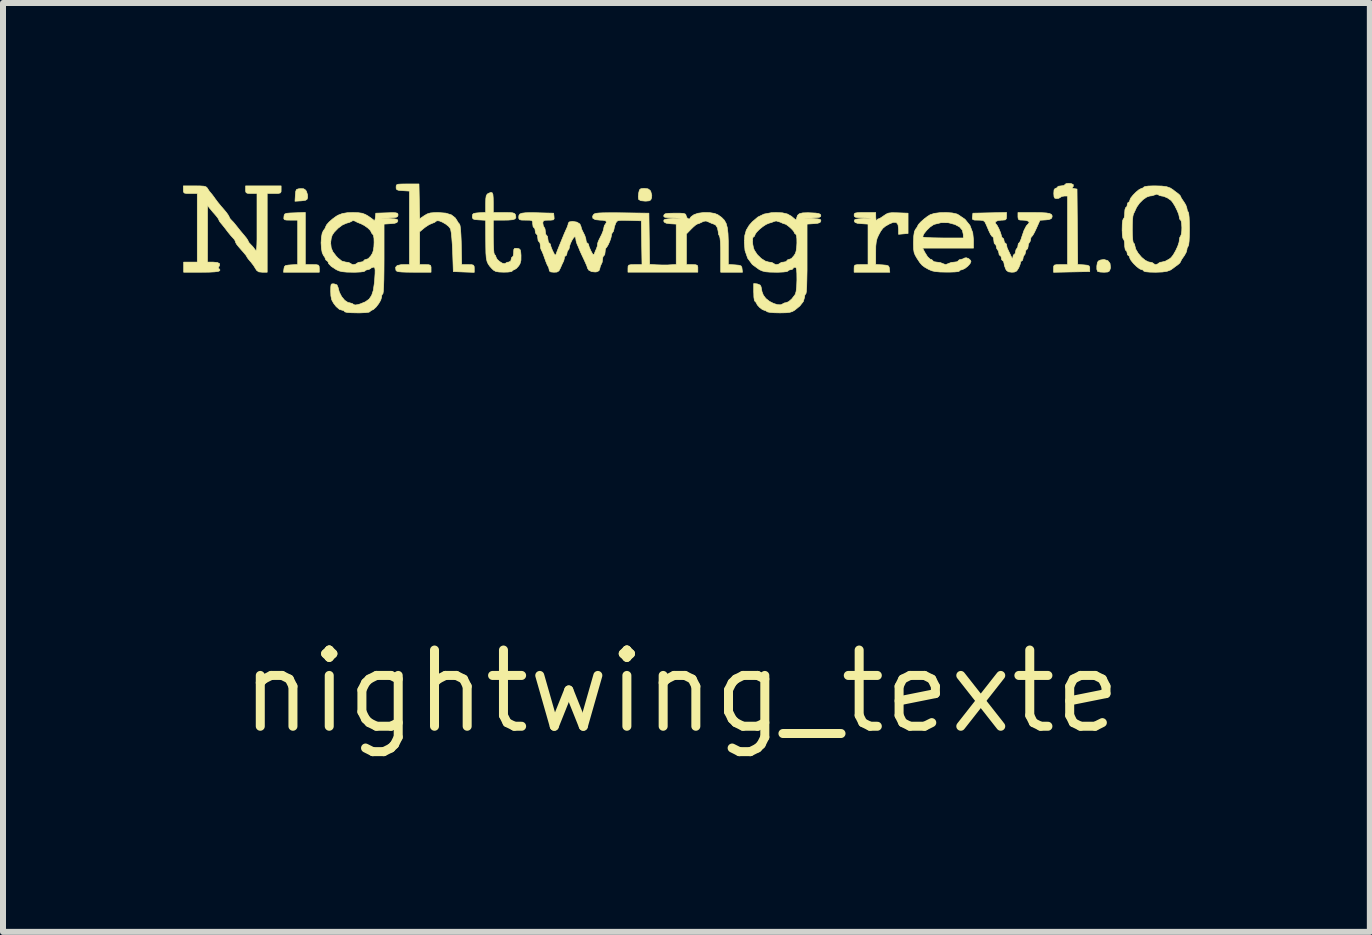
<source format=kicad_pcb>
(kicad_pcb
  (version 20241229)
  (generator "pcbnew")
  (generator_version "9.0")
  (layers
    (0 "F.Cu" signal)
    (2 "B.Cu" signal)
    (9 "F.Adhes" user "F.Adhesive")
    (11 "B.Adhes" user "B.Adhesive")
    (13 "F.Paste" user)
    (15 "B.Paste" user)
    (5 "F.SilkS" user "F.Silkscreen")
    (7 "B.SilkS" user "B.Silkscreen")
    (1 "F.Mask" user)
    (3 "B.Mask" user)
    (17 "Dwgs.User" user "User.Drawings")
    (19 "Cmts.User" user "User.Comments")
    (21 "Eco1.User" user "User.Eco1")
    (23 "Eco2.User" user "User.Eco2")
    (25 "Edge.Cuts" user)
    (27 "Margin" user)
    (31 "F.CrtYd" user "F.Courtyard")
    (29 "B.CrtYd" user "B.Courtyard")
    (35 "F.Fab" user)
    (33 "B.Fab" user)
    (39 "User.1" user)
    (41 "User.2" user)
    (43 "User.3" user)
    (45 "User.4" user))
  (footprint "nightwing_texte"
    (layer "F.Cu")
    (at 8.302 8.471)
    (property "Reference" "nightwing_texte" (at 0 0 0) (layer "F.SilkS") (effects (font (size 1.27 1.27) (thickness 0.15))))
    (attr through_hole)
    (fp_poly (pts (xy -6.293 -8.376) (xy -6.26 -8.354) (xy -6.246 -8.333) (xy -6.228 -8.275) (xy -6.226 -8.232) (xy -6.236 -8.2) (xy -6.262 -8.184) (xy -6.315 -8.176) (xy -6.335 -8.174) (xy -6.437 -8.168) (xy -6.431 -8.27) (xy -6.425 -8.331) (xy -6.413 -8.362) (xy -6.384 -8.374) (xy -6.349 -8.378) (xy -6.293 -8.376)) (stroke (width 0.01) (type solid)) (fill yes) (layer "F.SilkS"))
    (fp_poly (pts (xy 7.106 -7.179) (xy 7.143 -7.133) (xy 7.151 -7.064) (xy 7.146 -7.039) (xy 7.132 -7.005) (xy 7.104 -6.989) (xy 7.049 -6.985) (xy 7.041 -6.985) (xy 6.982 -6.988) (xy 6.942 -6.996) (xy 6.936 -6.999) (xy 6.923 -7.034) (xy 6.923 -7.089) (xy 6.932 -7.143) (xy 6.947 -7.171) (xy 6.985 -7.189) (xy 7.041 -7.197) (xy 7.043 -7.197) (xy 7.106 -7.179)) (stroke (width 0.01) (type solid)) (fill yes) (layer "F.SilkS"))
    (fp_poly (pts (xy -0.556 -8.375) (xy -0.521 -8.35) (xy -0.509 -8.331) (xy -0.492 -8.268) (xy -0.495 -8.225) (xy -0.509 -8.191) (xy -0.535 -8.175) (xy -0.588 -8.17) (xy -0.604 -8.17) (xy -0.675 -8.177) (xy -0.71 -8.197) (xy -0.712 -8.202) (xy -0.717 -8.244) (xy -0.711 -8.302) (xy -0.71 -8.308) (xy -0.698 -8.357) (xy -0.674 -8.377) (xy -0.625 -8.382) (xy -0.616 -8.382) (xy -0.556 -8.375)) (stroke (width 0.01) (type solid)) (fill yes) (layer "F.SilkS"))
    (fp_poly (pts (xy -6.265 -7.112) (xy -6.149 -7.112) (xy -6.082 -7.111) (xy -6.048 -7.104) (xy -6.035 -7.085) (xy -6.032 -7.049) (xy -6.032 -6.985) (xy -6.628 -6.985) (xy -6.621 -7.043) (xy -6.614 -7.077) (xy -6.595 -7.096) (xy -6.552 -7.104) (xy -6.503 -7.108) (xy -6.392 -7.114) (xy -6.392 -7.853) (xy -6.51 -7.853) (xy -6.577 -7.854) (xy -6.611 -7.86) (xy -6.623 -7.877) (xy -6.621 -7.91) (xy -6.621 -7.911) (xy -6.616 -7.94) (xy -6.604 -7.957) (xy -6.575 -7.967) (xy -6.521 -7.972) (xy -6.44 -7.975) (xy -6.265 -7.982) (xy -6.265 -7.112)) (stroke (width 0.01) (type solid)) (fill yes) (layer "F.SilkS"))
    (fp_poly (pts (xy 6.496 -8.462) (xy 6.528 -8.447) (xy 6.531 -8.443) (xy 6.53 -8.413) (xy 6.519 -8.403) (xy 6.51 -8.388) (xy 6.542 -8.379) (xy 6.542 -8.379) (xy 6.593 -8.371) (xy 6.605 -7.114) (xy 6.705 -7.108) (xy 6.766 -7.102) (xy 6.795 -7.089) (xy 6.805 -7.064) (xy 6.805 -7.048) (xy 6.805 -6.996) (xy 6.503 -6.99) (xy 6.202 -6.984) (xy 6.202 -7.048) (xy 6.204 -7.085) (xy 6.216 -7.104) (xy 6.25 -7.111) (xy 6.316 -7.112) (xy 6.435 -7.112) (xy 6.435 -8.255) (xy 6.383 -8.255) (xy 6.338 -8.247) (xy 6.318 -8.234) (xy 6.289 -8.217) (xy 6.256 -8.213) (xy 6.224 -8.218) (xy 6.21 -8.242) (xy 6.206 -8.297) (xy 6.206 -8.297) (xy 6.21 -8.357) (xy 6.228 -8.381) (xy 6.235 -8.382) (xy 6.262 -8.394) (xy 6.265 -8.403) (xy 6.284 -8.418) (xy 6.328 -8.424) (xy 6.329 -8.424) (xy 6.373 -8.43) (xy 6.392 -8.445) (xy 6.392 -8.445) (xy 6.41 -8.461) (xy 6.45 -8.466) (xy 6.496 -8.462)) (stroke (width 0.01) (type solid)) (fill yes) (layer "F.SilkS"))
    (fp_poly (pts (xy 3.24 -7.9) (xy 3.244 -7.857) (xy 3.25 -7.844) (xy 3.253 -7.848) (xy 3.275 -7.872) (xy 3.284 -7.874) (xy 3.313 -7.886) (xy 3.359 -7.916) (xy 3.375 -7.928) (xy 3.416 -7.955) (xy 3.455 -7.971) (xy 3.507 -7.977) (xy 3.585 -7.976) (xy 3.612 -7.975) (xy 3.778 -7.969) (xy 3.778 -7.631) (xy 3.699 -7.624) (xy 3.619 -7.617) (xy 3.619 -7.701) (xy 3.611 -7.776) (xy 3.583 -7.814) (xy 3.533 -7.817) (xy 3.469 -7.791) (xy 3.403 -7.754) (xy 3.359 -7.718) (xy 3.323 -7.67) (xy 3.286 -7.602) (xy 3.262 -7.548) (xy 3.248 -7.491) (xy 3.24 -7.418) (xy 3.239 -7.315) (xy 3.239 -7.312) (xy 3.239 -7.114) (xy 3.35 -7.108) (xy 3.415 -7.102) (xy 3.449 -7.091) (xy 3.463 -7.069) (xy 3.467 -7.043) (xy 3.474 -6.985) (xy 2.879 -6.985) (xy 2.879 -7.048) (xy 2.881 -7.085) (xy 2.893 -7.104) (xy 2.928 -7.111) (xy 2.993 -7.112) (xy 3.111 -7.112) (xy 3.111 -7.787) (xy 3.001 -7.794) (xy 2.931 -7.801) (xy 2.894 -7.816) (xy 2.883 -7.836) (xy 2.885 -7.856) (xy 2.907 -7.868) (xy 2.956 -7.875) (xy 3.02 -7.879) (xy 3.164 -7.887) (xy 3.022 -7.891) (xy 2.945 -7.895) (xy 2.902 -7.902) (xy 2.883 -7.915) (xy 2.879 -7.938) (xy 2.882 -7.958) (xy 2.898 -7.971) (xy 2.934 -7.977) (xy 2.998 -7.98) (xy 3.059 -7.98) (xy 3.239 -7.98) (xy 3.24 -7.9)) (stroke (width 0.01) (type solid)) (fill yes) (layer "F.SilkS"))
    (fp_poly (pts (xy -4.359 -7.876) (xy -4.283 -7.928) (xy -4.233 -7.957) (xy -4.18 -7.973) (xy -4.109 -7.979) (xy -4.052 -7.98) (xy -3.924 -7.97) (xy -3.831 -7.941) (xy -3.766 -7.89) (xy -3.742 -7.853) (xy -3.715 -7.808) (xy -3.694 -7.785) (xy -3.686 -7.759) (xy -3.678 -7.698) (xy -3.672 -7.608) (xy -3.667 -7.496) (xy -3.666 -7.441) (xy -3.659 -7.112) (xy -3.555 -7.112) (xy -3.492 -7.111) (xy -3.462 -7.102) (xy -3.451 -7.079) (xy -3.45 -7.048) (xy -3.45 -6.983) (xy -3.625 -6.989) (xy -3.799 -6.996) (xy -3.81 -7.324) (xy -3.816 -7.445) (xy -3.824 -7.554) (xy -3.833 -7.641) (xy -3.843 -7.697) (xy -3.847 -7.71) (xy -3.876 -7.748) (xy -3.925 -7.787) (xy -3.982 -7.82) (xy -4.035 -7.841) (xy -4.073 -7.843) (xy -4.082 -7.837) (xy -4.112 -7.815) (xy -4.151 -7.8) (xy -4.202 -7.778) (xy -4.262 -7.739) (xy -4.283 -7.723) (xy -4.36 -7.659) (xy -4.36 -7.112) (xy -4.265 -7.112) (xy -4.207 -7.11) (xy -4.179 -7.1) (xy -4.17 -7.072) (xy -4.17 -7.048) (xy -4.17 -6.985) (xy -4.456 -6.985) (xy -4.575 -6.986) (xy -4.658 -6.989) (xy -4.711 -6.994) (xy -4.741 -7.003) (xy -4.754 -7.016) (xy -4.755 -7.017) (xy -4.761 -7.067) (xy -4.734 -7.097) (xy -4.67 -7.111) (xy -4.636 -7.112) (xy -4.53 -7.112) (xy -4.53 -8.337) (xy -4.641 -8.344) (xy -4.706 -8.349) (xy -4.739 -8.36) (xy -4.751 -8.381) (xy -4.752 -8.403) (xy -4.75 -8.428) (xy -4.74 -8.444) (xy -4.714 -8.452) (xy -4.662 -8.455) (xy -4.578 -8.456) (xy -4.561 -8.456) (xy -4.371 -8.456) (xy -4.359 -7.876)) (stroke (width 0.01) (type solid)) (fill yes) (layer "F.SilkS"))
    (fp_poly (pts (xy -3.153 -8.311) (xy -3.139 -8.282) (xy -3.134 -8.221) (xy -3.133 -8.149) (xy -3.133 -7.98) (xy -2.954 -7.98) (xy -2.866 -7.979) (xy -2.811 -7.975) (xy -2.781 -7.965) (xy -2.766 -7.948) (xy -2.762 -7.938) (xy -2.756 -7.899) (xy -2.77 -7.874) (xy -2.81 -7.86) (xy -2.882 -7.854) (xy -2.954 -7.853) (xy -3.133 -7.853) (xy -3.133 -7.567) (xy -3.131 -7.459) (xy -3.127 -7.37) (xy -3.122 -7.309) (xy -3.114 -7.282) (xy -3.113 -7.281) (xy -3.095 -7.263) (xy -3.087 -7.235) (xy -3.068 -7.2) (xy -3.03 -7.165) (xy -2.985 -7.137) (xy -2.947 -7.127) (xy -2.931 -7.134) (xy -2.902 -7.151) (xy -2.877 -7.154) (xy -2.843 -7.17) (xy -2.836 -7.197) (xy -2.827 -7.231) (xy -2.815 -7.239) (xy -2.801 -7.258) (xy -2.794 -7.304) (xy -2.794 -7.314) (xy -2.791 -7.364) (xy -2.775 -7.384) (xy -2.738 -7.383) (xy -2.736 -7.383) (xy -2.702 -7.376) (xy -2.683 -7.357) (xy -2.675 -7.314) (xy -2.671 -7.265) (xy -2.672 -7.184) (xy -2.688 -7.126) (xy -2.71 -7.09) (xy -2.747 -7.049) (xy -2.781 -7.028) (xy -2.785 -7.027) (xy -2.812 -7.015) (xy -2.815 -7.006) (xy -2.835 -6.995) (xy -2.887 -6.988) (xy -2.958 -6.986) (xy -3.038 -6.989) (xy -3.09 -6.998) (xy -3.126 -7.017) (xy -3.154 -7.043) (xy -3.192 -7.085) (xy -3.219 -7.124) (xy -3.238 -7.168) (xy -3.25 -7.226) (xy -3.256 -7.304) (xy -3.258 -7.411) (xy -3.259 -7.518) (xy -3.26 -7.851) (xy -3.371 -7.857) (xy -3.436 -7.862) (xy -3.469 -7.873) (xy -3.481 -7.894) (xy -3.482 -7.916) (xy -3.478 -7.947) (xy -3.46 -7.964) (xy -3.417 -7.972) (xy -3.371 -7.976) (xy -3.26 -7.982) (xy -3.26 -8.128) (xy -3.258 -8.209) (xy -3.251 -8.257) (xy -3.235 -8.285) (xy -3.219 -8.297) (xy -3.178 -8.314) (xy -3.153 -8.311)) (stroke (width 0.01) (type solid)) (fill yes) (layer "F.SilkS"))
    (fp_poly (pts (xy 4.513 -7.973) (xy 4.59 -7.956) (xy 4.606 -7.949) (xy 4.726 -7.868) (xy 4.809 -7.766) (xy 4.856 -7.642) (xy 4.868 -7.524) (xy 4.868 -7.387) (xy 4.021 -7.387) (xy 4.056 -7.319) (xy 4.104 -7.242) (xy 4.148 -7.202) (xy 4.168 -7.197) (xy 4.19 -7.181) (xy 4.191 -7.176) (xy 4.209 -7.161) (xy 4.254 -7.154) (xy 4.255 -7.154) (xy 4.316 -7.146) (xy 4.361 -7.128) (xy 4.404 -7.112) (xy 4.445 -7.128) (xy 4.497 -7.148) (xy 4.551 -7.154) (xy 4.595 -7.16) (xy 4.614 -7.175) (xy 4.614 -7.176) (xy 4.632 -7.193) (xy 4.652 -7.197) (xy 4.698 -7.209) (xy 4.713 -7.22) (xy 4.746 -7.227) (xy 4.788 -7.212) (xy 4.819 -7.183) (xy 4.826 -7.163) (xy 4.81 -7.127) (xy 4.771 -7.084) (xy 4.723 -7.047) (xy 4.681 -7.028) (xy 4.675 -7.027) (xy 4.642 -7.018) (xy 4.636 -7.006) (xy 4.615 -6.996) (xy 4.558 -6.99) (xy 4.47 -6.987) (xy 4.419 -6.987) (xy 4.311 -6.989) (xy 4.235 -6.996) (xy 4.178 -7.008) (xy 4.13 -7.028) (xy 4.117 -7.034) (xy 4.054 -7.07) (xy 4.012 -7.102) (xy 3.976 -7.143) (xy 3.934 -7.206) (xy 3.926 -7.218) (xy 3.896 -7.27) (xy 3.878 -7.317) (xy 3.87 -7.374) (xy 3.868 -7.453) (xy 3.868 -7.49) (xy 3.872 -7.575) (xy 4.022 -7.575) (xy 4.042 -7.568) (xy 4.097 -7.563) (xy 4.18 -7.559) (xy 4.285 -7.557) (xy 4.36 -7.556) (xy 4.699 -7.556) (xy 4.698 -7.615) (xy 4.683 -7.685) (xy 4.636 -7.74) (xy 4.559 -7.781) (xy 4.446 -7.81) (xy 4.326 -7.811) (xy 4.216 -7.783) (xy 4.197 -7.774) (xy 4.142 -7.736) (xy 4.088 -7.683) (xy 4.044 -7.628) (xy 4.022 -7.582) (xy 4.022 -7.575) (xy 3.872 -7.575) (xy 3.873 -7.592) (xy 3.883 -7.66) (xy 3.901 -7.699) (xy 3.904 -7.703) (xy 3.93 -7.738) (xy 3.937 -7.755) (xy 3.953 -7.783) (xy 3.992 -7.825) (xy 4.046 -7.873) (xy 4.102 -7.916) (xy 4.147 -7.944) (xy 4.217 -7.966) (xy 4.312 -7.978) (xy 4.415 -7.98) (xy 4.513 -7.973)) (stroke (width 0.01) (type solid)) (fill yes) (layer "F.SilkS"))
    (fp_poly (pts (xy -8.015 -8.423) (xy -7.956 -8.419) (xy -7.921 -8.409) (xy -7.902 -8.393) (xy -7.896 -8.384) (xy -7.865 -8.336) (xy -7.847 -8.315) (xy -7.818 -8.28) (xy -7.779 -8.228) (xy -7.769 -8.213) (xy -7.726 -8.155) (xy -7.669 -8.085) (xy -7.626 -8.036) (xy -7.579 -7.98) (xy -7.547 -7.934) (xy -7.535 -7.911) (xy -7.521 -7.881) (xy -7.498 -7.855) (xy -7.461 -7.817) (xy -7.417 -7.763) (xy -7.404 -7.747) (xy -7.352 -7.681) (xy -7.294 -7.612) (xy -7.283 -7.599) (xy -7.244 -7.551) (xy -7.221 -7.515) (xy -7.218 -7.506) (xy -7.204 -7.479) (xy -7.18 -7.453) (xy -7.138 -7.409) (xy -7.106 -7.367) (xy -7.094 -7.352) (xy -7.085 -7.348) (xy -7.079 -7.36) (xy -7.075 -7.393) (xy -7.072 -7.449) (xy -7.07 -7.535) (xy -7.07 -7.654) (xy -7.07 -7.806) (xy -7.07 -8.297) (xy -7.165 -8.297) (xy -7.223 -8.299) (xy -7.251 -8.31) (xy -7.26 -8.337) (xy -7.26 -8.361) (xy -7.26 -8.424) (xy -6.668 -8.424) (xy -6.668 -8.361) (xy -6.669 -8.325) (xy -6.682 -8.306) (xy -6.716 -8.298) (xy -6.782 -8.297) (xy -6.9 -8.297) (xy -6.9 -6.985) (xy -6.981 -6.985) (xy -7.04 -6.991) (xy -7.075 -7.015) (xy -7.093 -7.043) (xy -7.128 -7.099) (xy -7.174 -7.158) (xy -7.181 -7.165) (xy -7.217 -7.208) (xy -7.237 -7.238) (xy -7.239 -7.242) (xy -7.252 -7.265) (xy -7.285 -7.305) (xy -7.297 -7.319) (xy -7.364 -7.395) (xy -7.406 -7.446) (xy -7.426 -7.48) (xy -7.429 -7.496) (xy -7.444 -7.527) (xy -7.468 -7.554) (xy -7.503 -7.592) (xy -7.548 -7.647) (xy -7.568 -7.673) (xy -7.613 -7.732) (xy -7.655 -7.784) (xy -7.668 -7.799) (xy -7.696 -7.835) (xy -7.705 -7.856) (xy -7.718 -7.882) (xy -7.749 -7.923) (xy -7.757 -7.932) (xy -7.806 -7.988) (xy -7.851 -8.043) (xy -7.852 -8.043) (xy -7.894 -8.096) (xy -7.894 -7.625) (xy -7.895 -7.154) (xy -7.801 -7.154) (xy -7.728 -7.147) (xy -7.692 -7.127) (xy -7.695 -7.093) (xy -7.704 -7.081) (xy -7.716 -7.055) (xy -7.702 -7.044) (xy -7.687 -7.023) (xy -7.692 -7.01) (xy -7.716 -6.999) (xy -7.776 -6.991) (xy -7.872 -6.986) (xy -7.999 -6.985) (xy -8.292 -6.985) (xy -8.292 -7.154) (xy -8.065 -7.154) (xy -8.065 -8.297) (xy -8.181 -8.297) (xy -8.247 -8.298) (xy -8.282 -8.305) (xy -8.295 -8.324) (xy -8.297 -8.36) (xy -8.297 -8.424) (xy -8.108 -8.424) (xy -8.015 -8.423)) (stroke (width 0.01) (type solid)) (fill yes) (layer "F.SilkS"))
    (fp_poly (pts (xy 5.419 -7.917) (xy 5.415 -7.876) (xy 5.397 -7.857) (xy 5.352 -7.853) (xy 5.335 -7.853) (xy 5.275 -7.846) (xy 5.238 -7.828) (xy 5.23 -7.805) (xy 5.241 -7.792) (xy 5.264 -7.762) (xy 5.292 -7.709) (xy 5.317 -7.649) (xy 5.332 -7.6) (xy 5.334 -7.588) (xy 5.346 -7.56) (xy 5.355 -7.556) (xy 5.372 -7.539) (xy 5.376 -7.514) (xy 5.385 -7.48) (xy 5.397 -7.472) (xy 5.416 -7.455) (xy 5.419 -7.44) (xy 5.428 -7.394) (xy 5.438 -7.371) (xy 5.459 -7.327) (xy 5.487 -7.268) (xy 5.49 -7.26) (xy 5.512 -7.217) (xy 5.522 -7.211) (xy 5.524 -7.234) (xy 5.532 -7.271) (xy 5.546 -7.281) (xy 5.563 -7.299) (xy 5.567 -7.322) (xy 5.577 -7.363) (xy 5.588 -7.377) (xy 5.606 -7.406) (xy 5.609 -7.431) (xy 5.616 -7.464) (xy 5.626 -7.472) (xy 5.641 -7.49) (xy 5.661 -7.537) (xy 5.672 -7.572) (xy 5.71 -7.683) (xy 5.749 -7.758) (xy 5.78 -7.79) (xy 5.797 -7.814) (xy 5.78 -7.836) (xy 5.734 -7.85) (xy 5.693 -7.853) (xy 5.639 -7.855) (xy 5.615 -7.869) (xy 5.609 -7.904) (xy 5.609 -7.916) (xy 5.609 -7.98) (xy 5.868 -7.98) (xy 5.993 -7.978) (xy 6.081 -7.973) (xy 6.138 -7.963) (xy 6.168 -7.947) (xy 6.179 -7.924) (xy 6.177 -7.903) (xy 6.162 -7.877) (xy 6.122 -7.862) (xy 6.073 -7.857) (xy 5.976 -7.851) (xy 5.915 -7.714) (xy 5.883 -7.647) (xy 5.855 -7.598) (xy 5.838 -7.578) (xy 5.837 -7.578) (xy 5.824 -7.56) (xy 5.821 -7.537) (xy 5.811 -7.496) (xy 5.8 -7.482) (xy 5.783 -7.453) (xy 5.779 -7.418) (xy 5.771 -7.378) (xy 5.757 -7.366) (xy 5.74 -7.348) (xy 5.736 -7.325) (xy 5.726 -7.284) (xy 5.715 -7.271) (xy 5.697 -7.241) (xy 5.694 -7.217) (xy 5.685 -7.183) (xy 5.673 -7.176) (xy 5.653 -7.159) (xy 5.652 -7.147) (xy 5.643 -7.11) (xy 5.621 -7.057) (xy 5.618 -7.052) (xy 5.588 -7.006) (xy 5.549 -6.988) (xy 5.507 -6.985) (xy 5.45 -6.992) (xy 5.417 -7.017) (xy 5.403 -7.042) (xy 5.383 -7.097) (xy 5.376 -7.137) (xy 5.367 -7.169) (xy 5.355 -7.176) (xy 5.338 -7.193) (xy 5.334 -7.218) (xy 5.325 -7.252) (xy 5.313 -7.26) (xy 5.295 -7.278) (xy 5.292 -7.301) (xy 5.282 -7.342) (xy 5.271 -7.355) (xy 5.253 -7.385) (xy 5.249 -7.41) (xy 5.24 -7.443) (xy 5.228 -7.451) (xy 5.213 -7.469) (xy 5.207 -7.513) (xy 5.207 -7.514) (xy 5.201 -7.559) (xy 5.187 -7.578) (xy 5.187 -7.578) (xy 5.172 -7.587) (xy 5.152 -7.617) (xy 5.124 -7.675) (xy 5.085 -7.766) (xy 5.077 -7.784) (xy 5.056 -7.826) (xy 5.029 -7.846) (xy 4.982 -7.852) (xy 4.946 -7.853) (xy 4.885 -7.854) (xy 4.856 -7.863) (xy 4.849 -7.885) (xy 4.851 -7.911) (xy 4.858 -7.969) (xy 5.138 -7.975) (xy 5.419 -7.981) (xy 5.419 -7.917)) (stroke (width 0.01) (type solid)) (fill yes) (layer "F.SilkS"))
    (fp_poly (pts (xy 8.007 -8.421) (xy 8.087 -8.41) (xy 8.147 -8.389) (xy 8.199 -8.355) (xy 8.204 -8.35) (xy 8.24 -8.322) (xy 8.274 -8.298) (xy 8.307 -8.268) (xy 8.319 -8.249) (xy 8.33 -8.222) (xy 8.36 -8.177) (xy 8.371 -8.162) (xy 8.405 -8.107) (xy 8.423 -8.057) (xy 8.424 -8.048) (xy 8.433 -8.006) (xy 8.445 -7.99) (xy 8.454 -7.965) (xy 8.461 -7.903) (xy 8.465 -7.814) (xy 8.467 -7.705) (xy 8.465 -7.593) (xy 8.461 -7.504) (xy 8.454 -7.444) (xy 8.445 -7.419) (xy 8.428 -7.389) (xy 8.424 -7.361) (xy 8.412 -7.317) (xy 8.381 -7.261) (xy 8.371 -7.248) (xy 8.338 -7.2) (xy 8.32 -7.166) (xy 8.319 -7.16) (xy 8.303 -7.136) (xy 8.274 -7.111) (xy 8.229 -7.079) (xy 8.204 -7.059) (xy 8.153 -7.023) (xy 8.094 -7.001) (xy 8.016 -6.989) (xy 7.909 -6.985) (xy 7.895 -6.985) (xy 7.804 -6.987) (xy 7.739 -6.993) (xy 7.707 -7.003) (xy 7.705 -7.006) (xy 7.687 -7.025) (xy 7.67 -7.027) (xy 7.634 -7.043) (xy 7.585 -7.081) (xy 7.534 -7.131) (xy 7.493 -7.182) (xy 7.472 -7.221) (xy 7.472 -7.226) (xy 7.461 -7.256) (xy 7.451 -7.26) (xy 7.433 -7.278) (xy 7.429 -7.303) (xy 7.421 -7.337) (xy 7.408 -7.345) (xy 7.396 -7.364) (xy 7.388 -7.412) (xy 7.387 -7.44) (xy 7.383 -7.497) (xy 7.372 -7.531) (xy 7.366 -7.535) (xy 7.356 -7.555) (xy 7.348 -7.609) (xy 7.345 -7.685) (xy 7.514 -7.685) (xy 7.516 -7.602) (xy 7.521 -7.531) (xy 7.528 -7.485) (xy 7.535 -7.472) (xy 7.552 -7.454) (xy 7.556 -7.429) (xy 7.572 -7.369) (xy 7.613 -7.3) (xy 7.669 -7.234) (xy 7.731 -7.183) (xy 7.788 -7.156) (xy 7.803 -7.154) (xy 7.846 -7.146) (xy 7.863 -7.133) (xy 7.894 -7.113) (xy 7.906 -7.112) (xy 7.941 -7.125) (xy 7.948 -7.133) (xy 7.978 -7.151) (xy 8.003 -7.154) (xy 8.062 -7.168) (xy 8.129 -7.204) (xy 8.161 -7.229) (xy 8.197 -7.275) (xy 8.236 -7.343) (xy 8.271 -7.418) (xy 8.293 -7.485) (xy 8.297 -7.514) (xy 8.304 -7.562) (xy 8.319 -7.588) (xy 8.33 -7.615) (xy 8.338 -7.671) (xy 8.34 -7.727) (xy 8.336 -7.794) (xy 8.328 -7.84) (xy 8.319 -7.853) (xy 8.303 -7.871) (xy 8.297 -7.905) (xy 8.287 -7.952) (xy 8.259 -8.019) (xy 8.223 -8.091) (xy 8.185 -8.151) (xy 8.161 -8.181) (xy 8.099 -8.224) (xy 8.033 -8.251) (xy 8.003 -8.255) (xy 7.962 -8.265) (xy 7.948 -8.276) (xy 7.92 -8.286) (xy 7.895 -8.276) (xy 7.841 -8.259) (xy 7.805 -8.255) (xy 7.755 -8.238) (xy 7.694 -8.196) (xy 7.635 -8.137) (xy 7.589 -8.072) (xy 7.58 -8.054) (xy 7.554 -7.997) (xy 7.533 -7.954) (xy 7.524 -7.917) (xy 7.518 -7.853) (xy 7.515 -7.773) (xy 7.514 -7.685) (xy 7.345 -7.685) (xy 7.345 -7.69) (xy 7.345 -7.705) (xy 7.347 -7.789) (xy 7.354 -7.847) (xy 7.364 -7.873) (xy 7.366 -7.874) (xy 7.379 -7.893) (xy 7.386 -7.941) (xy 7.387 -7.969) (xy 7.391 -8.026) (xy 7.402 -8.06) (xy 7.408 -8.065) (xy 7.426 -8.082) (xy 7.429 -8.107) (xy 7.438 -8.141) (xy 7.451 -8.149) (xy 7.469 -8.166) (xy 7.472 -8.183) (xy 7.487 -8.22) (xy 7.526 -8.269) (xy 7.576 -8.32) (xy 7.626 -8.361) (xy 7.665 -8.381) (xy 7.67 -8.382) (xy 7.7 -8.393) (xy 7.705 -8.403) (xy 7.725 -8.413) (xy 7.78 -8.421) (xy 7.864 -8.424) (xy 7.895 -8.424) (xy 8.007 -8.421)) (stroke (width 0.01) (type solid)) (fill yes) (layer "F.SilkS"))
    (fp_poly (pts (xy 1.685 -7.975) (xy 1.766 -7.956) (xy 1.833 -7.919) (xy 1.884 -7.876) (xy 1.909 -7.857) (xy 1.92 -7.876) (xy 1.922 -7.89) (xy 1.936 -7.933) (xy 1.967 -7.96) (xy 2.022 -7.974) (xy 2.11 -7.977) (xy 2.151 -7.975) (xy 2.237 -7.971) (xy 2.289 -7.963) (xy 2.316 -7.95) (xy 2.324 -7.933) (xy 2.322 -7.914) (xy 2.3 -7.901) (xy 2.251 -7.894) (xy 2.187 -7.89) (xy 2.043 -7.882) (xy 2.187 -7.878) (xy 2.264 -7.875) (xy 2.307 -7.868) (xy 2.324 -7.855) (xy 2.324 -7.837) (xy 2.31 -7.813) (xy 2.27 -7.8) (xy 2.206 -7.794) (xy 2.095 -7.787) (xy 2.095 -7.206) (xy 2.095 -7.017) (xy 2.092 -6.863) (xy 2.089 -6.746) (xy 2.084 -6.668) (xy 2.077 -6.629) (xy 2.074 -6.625) (xy 2.059 -6.607) (xy 2.053 -6.567) (xy 2.033 -6.497) (xy 1.975 -6.423) (xy 1.891 -6.354) (xy 1.852 -6.331) (xy 1.807 -6.317) (xy 1.746 -6.31) (xy 1.656 -6.308) (xy 1.633 -6.308) (xy 1.547 -6.31) (xy 1.478 -6.316) (xy 1.436 -6.324) (xy 1.429 -6.329) (xy 1.398 -6.348) (xy 1.384 -6.35) (xy 1.348 -6.365) (xy 1.304 -6.399) (xy 1.266 -6.441) (xy 1.249 -6.475) (xy 1.249 -6.476) (xy 1.233 -6.497) (xy 1.228 -6.498) (xy 1.217 -6.518) (xy 1.209 -6.57) (xy 1.207 -6.647) (xy 1.206 -6.648) (xy 1.206 -6.797) (xy 1.265 -6.791) (xy 1.314 -6.771) (xy 1.329 -6.742) (xy 1.345 -6.659) (xy 1.367 -6.603) (xy 1.403 -6.555) (xy 1.413 -6.544) (xy 1.47 -6.499) (xy 1.538 -6.465) (xy 1.605 -6.444) (xy 1.657 -6.443) (xy 1.677 -6.452) (xy 1.719 -6.474) (xy 1.741 -6.477) (xy 1.787 -6.494) (xy 1.84 -6.54) (xy 1.89 -6.604) (xy 1.9 -6.621) (xy 1.913 -6.667) (xy 1.922 -6.747) (xy 1.926 -6.853) (xy 1.926 -6.868) (xy 1.925 -6.964) (xy 1.921 -7.025) (xy 1.913 -7.058) (xy 1.899 -7.069) (xy 1.894 -7.07) (xy 1.866 -7.058) (xy 1.863 -7.048) (xy 1.845 -7.031) (xy 1.82 -7.027) (xy 1.786 -7.018) (xy 1.778 -7.006) (xy 1.758 -6.996) (xy 1.702 -6.989) (xy 1.617 -6.985) (xy 1.578 -6.985) (xy 1.474 -6.987) (xy 1.402 -6.993) (xy 1.347 -7.007) (xy 1.299 -7.029) (xy 1.298 -7.03) (xy 1.184 -7.113) (xy 1.106 -7.218) (xy 1.061 -7.347) (xy 1.05 -7.482) (xy 1.052 -7.513) (xy 1.186 -7.513) (xy 1.19 -7.453) (xy 1.202 -7.391) (xy 1.217 -7.352) (xy 1.266 -7.278) (xy 1.331 -7.214) (xy 1.401 -7.17) (xy 1.459 -7.154) (xy 1.508 -7.148) (xy 1.535 -7.133) (xy 1.565 -7.115) (xy 1.587 -7.112) (xy 1.627 -7.122) (xy 1.64 -7.133) (xy 1.67 -7.15) (xy 1.705 -7.154) (xy 1.744 -7.162) (xy 1.757 -7.176) (xy 1.774 -7.194) (xy 1.79 -7.197) (xy 1.834 -7.213) (xy 1.879 -7.264) (xy 1.9 -7.298) (xy 1.913 -7.339) (xy 1.922 -7.402) (xy 1.926 -7.473) (xy 1.925 -7.542) (xy 1.919 -7.594) (xy 1.908 -7.619) (xy 1.905 -7.62) (xy 1.885 -7.636) (xy 1.884 -7.644) (xy 1.869 -7.672) (xy 1.832 -7.712) (xy 1.786 -7.752) (xy 1.745 -7.782) (xy 1.725 -7.789) (xy 1.693 -7.799) (xy 1.645 -7.821) (xy 1.644 -7.821) (xy 1.58 -7.84) (xy 1.549 -7.832) (xy 1.5 -7.813) (xy 1.46 -7.802) (xy 1.413 -7.782) (xy 1.355 -7.744) (xy 1.298 -7.697) (xy 1.252 -7.65) (xy 1.229 -7.614) (xy 1.228 -7.608) (xy 1.216 -7.581) (xy 1.206 -7.578) (xy 1.191 -7.559) (xy 1.186 -7.513) (xy 1.052 -7.513) (xy 1.057 -7.597) (xy 1.082 -7.686) (xy 1.131 -7.767) (xy 1.183 -7.826) (xy 1.276 -7.905) (xy 1.377 -7.954) (xy 1.499 -7.977) (xy 1.577 -7.98) (xy 1.685 -7.975)) (stroke (width 0.01) (type solid)) (fill yes) (layer "F.SilkS"))
    (fp_poly (pts (xy -5.382 -7.977) (xy -5.318 -7.968) (xy -5.265 -7.948) (xy -5.222 -7.924) (xy -5.168 -7.887) (xy -5.128 -7.856) (xy -5.119 -7.846) (xy -5.108 -7.849) (xy -5.099 -7.885) (xy -5.098 -7.897) (xy -5.091 -7.969) (xy -4.905 -7.975) (xy -4.816 -7.978) (xy -4.762 -7.976) (xy -4.733 -7.969) (xy -4.722 -7.956) (xy -4.72 -7.939) (xy -4.725 -7.916) (xy -4.745 -7.903) (xy -4.79 -7.895) (xy -4.863 -7.89) (xy -5.006 -7.882) (xy -4.861 -7.878) (xy -4.785 -7.875) (xy -4.742 -7.868) (xy -4.725 -7.855) (xy -4.724 -7.837) (xy -4.739 -7.813) (xy -4.778 -7.8) (xy -4.842 -7.794) (xy -4.953 -7.787) (xy -4.953 -7.206) (xy -4.954 -7.017) (xy -4.956 -6.863) (xy -4.96 -6.746) (xy -4.965 -6.668) (xy -4.971 -6.629) (xy -4.974 -6.625) (xy -4.989 -6.607) (xy -4.995 -6.566) (xy -5.009 -6.519) (xy -5.042 -6.462) (xy -5.085 -6.406) (xy -5.129 -6.365) (xy -5.162 -6.35) (xy -5.185 -6.335) (xy -5.186 -6.329) (xy -5.206 -6.319) (xy -5.262 -6.312) (xy -5.349 -6.308) (xy -5.397 -6.308) (xy -5.496 -6.31) (xy -5.567 -6.315) (xy -5.605 -6.324) (xy -5.609 -6.329) (xy -5.627 -6.347) (xy -5.646 -6.351) (xy -5.697 -6.366) (xy -5.751 -6.413) (xy -5.795 -6.47) (xy -5.825 -6.525) (xy -5.839 -6.592) (xy -5.842 -6.667) (xy -5.841 -6.738) (xy -5.836 -6.777) (xy -5.822 -6.791) (xy -5.794 -6.792) (xy -5.784 -6.791) (xy -5.738 -6.775) (xy -5.72 -6.735) (xy -5.719 -6.731) (xy -5.698 -6.653) (xy -5.659 -6.578) (xy -5.608 -6.517) (xy -5.555 -6.482) (xy -5.53 -6.477) (xy -5.483 -6.464) (xy -5.466 -6.452) (xy -5.438 -6.439) (xy -5.391 -6.445) (xy -5.351 -6.457) (xy -5.265 -6.492) (xy -5.202 -6.537) (xy -5.16 -6.599) (xy -5.132 -6.684) (xy -5.115 -6.802) (xy -5.109 -6.866) (xy -5.103 -6.961) (xy -5.102 -7.021) (xy -5.107 -7.054) (xy -5.118 -7.068) (xy -5.129 -7.07) (xy -5.166 -7.058) (xy -5.175 -7.048) (xy -5.205 -7.031) (xy -5.229 -7.027) (xy -5.263 -7.018) (xy -5.271 -7.006) (xy -5.291 -6.996) (xy -5.346 -6.989) (xy -5.431 -6.985) (xy -5.471 -6.985) (xy -5.575 -6.987) (xy -5.648 -6.994) (xy -5.703 -7.007) (xy -5.749 -7.028) (xy -5.833 -7.083) (xy -5.878 -7.13) (xy -5.884 -7.153) (xy -5.9 -7.175) (xy -5.905 -7.176) (xy -5.925 -7.192) (xy -5.927 -7.2) (xy -5.94 -7.234) (xy -5.962 -7.264) (xy -5.984 -7.312) (xy -5.997 -7.387) (xy -6.002 -7.472) (xy -5.842 -7.472) (xy -5.834 -7.395) (xy -5.807 -7.328) (xy -5.753 -7.257) (xy -5.722 -7.224) (xy -5.657 -7.171) (xy -5.592 -7.154) (xy -5.591 -7.154) (xy -5.542 -7.148) (xy -5.514 -7.133) (xy -5.484 -7.115) (xy -5.461 -7.112) (xy -5.421 -7.122) (xy -5.408 -7.133) (xy -5.379 -7.15) (xy -5.343 -7.154) (xy -5.304 -7.162) (xy -5.292 -7.176) (xy -5.274 -7.194) (xy -5.258 -7.197) (xy -5.216 -7.211) (xy -5.173 -7.259) (xy -5.147 -7.301) (xy -5.132 -7.347) (xy -5.122 -7.412) (xy -5.119 -7.485) (xy -5.121 -7.552) (xy -5.13 -7.6) (xy -5.141 -7.616) (xy -5.163 -7.641) (xy -5.165 -7.651) (xy -5.182 -7.682) (xy -5.224 -7.723) (xy -5.28 -7.763) (xy -5.338 -7.793) (xy -5.355 -7.799) (xy -5.406 -7.82) (xy -5.435 -7.837) (xy -5.472 -7.846) (xy -5.487 -7.837) (xy -5.526 -7.817) (xy -5.582 -7.801) (xy -5.647 -7.772) (xy -5.718 -7.719) (xy -5.783 -7.652) (xy -5.816 -7.604) (xy -5.833 -7.552) (xy -5.842 -7.484) (xy -5.842 -7.472) (xy -6.002 -7.472) (xy -6.002 -7.475) (xy -5.997 -7.562) (xy -5.984 -7.635) (xy -5.964 -7.678) (xy -5.936 -7.716) (xy -5.927 -7.74) (xy -5.91 -7.775) (xy -5.869 -7.822) (xy -5.811 -7.873) (xy -5.748 -7.919) (xy -5.716 -7.937) (xy -5.648 -7.963) (xy -5.565 -7.977) (xy -5.472 -7.98) (xy -5.382 -7.977)) (stroke (width 0.01) (type solid)) (fill yes) (layer "F.SilkS"))
    (fp_poly (pts (xy 0.468 -7.979) (xy 0.555 -7.965) (xy 0.609 -7.943) (xy 0.671 -7.899) (xy 0.716 -7.853) (xy 0.747 -7.798) (xy 0.767 -7.725) (xy 0.778 -7.629) (xy 0.783 -7.502) (xy 0.783 -7.417) (xy 0.783 -7.114) (xy 0.894 -7.108) (xy 0.959 -7.102) (xy 0.994 -7.091) (xy 1.008 -7.069) (xy 1.012 -7.043) (xy 1.019 -6.985) (xy 0.656 -6.985) (xy 0.656 -7.28) (xy 0.655 -7.398) (xy 0.651 -7.492) (xy 0.644 -7.558) (xy 0.636 -7.587) (xy 0.635 -7.588) (xy 0.62 -7.617) (xy 0.614 -7.665) (xy 0.602 -7.724) (xy 0.573 -7.771) (xy 0.536 -7.789) (xy 0.506 -7.799) (xy 0.46 -7.82) (xy 0.412 -7.839) (xy 0.371 -7.833) (xy 0.344 -7.82) (xy 0.297 -7.798) (xy 0.267 -7.789) (xy 0.242 -7.775) (xy 0.2 -7.739) (xy 0.166 -7.706) (xy 0.085 -7.623) (xy 0.085 -7.112) (xy 0.18 -7.112) (xy 0.238 -7.11) (xy 0.266 -7.1) (xy 0.275 -7.073) (xy 0.275 -7.049) (xy 0.275 -6.986) (xy -0.889 -6.986) (xy -0.889 -7.049) (xy -0.887 -7.085) (xy -0.874 -7.104) (xy -0.84 -7.111) (xy -0.774 -7.112) (xy -0.655 -7.112) (xy -0.661 -7.477) (xy -0.667 -7.842) (xy -0.868 -7.848) (xy -0.961 -7.85) (xy -1.021 -7.849) (xy -1.057 -7.843) (xy -1.077 -7.829) (xy -1.091 -7.806) (xy -1.095 -7.796) (xy -1.115 -7.742) (xy -1.122 -7.702) (xy -1.133 -7.663) (xy -1.143 -7.652) (xy -1.161 -7.622) (xy -1.164 -7.598) (xy -1.173 -7.556) (xy -1.193 -7.498) (xy -1.219 -7.441) (xy -1.244 -7.4) (xy -1.254 -7.391) (xy -1.266 -7.367) (xy -1.27 -7.322) (xy -1.276 -7.278) (xy -1.291 -7.26) (xy -1.306 -7.242) (xy -1.312 -7.201) (xy -1.319 -7.15) (xy -1.332 -7.122) (xy -1.349 -7.086) (xy -1.358 -7.048) (xy -1.372 -7.01) (xy -1.41 -6.992) (xy -1.434 -6.989) (xy -1.495 -6.995) (xy -1.544 -7.021) (xy -1.566 -7.058) (xy -1.566 -7.063) (xy -1.574 -7.09) (xy -1.597 -7.142) (xy -1.622 -7.197) (xy -1.656 -7.269) (xy -1.686 -7.334) (xy -1.699 -7.366) (xy -1.722 -7.421) (xy -1.738 -7.456) (xy -1.754 -7.509) (xy -1.757 -7.535) (xy -1.763 -7.57) (xy -1.773 -7.578) (xy -1.795 -7.56) (xy -1.822 -7.517) (xy -1.847 -7.465) (xy -1.862 -7.419) (xy -1.863 -7.408) (xy -1.873 -7.368) (xy -1.884 -7.355) (xy -1.902 -7.326) (xy -1.905 -7.301) (xy -1.914 -7.268) (xy -1.926 -7.26) (xy -1.945 -7.243) (xy -1.947 -7.228) (xy -1.957 -7.182) (xy -1.967 -7.159) (xy -1.989 -7.114) (xy -2.014 -7.056) (xy -2.015 -7.054) (xy -2.039 -7.008) (xy -2.072 -6.988) (xy -2.122 -6.985) (xy -2.176 -6.99) (xy -2.199 -7.007) (xy -2.201 -7.023) (xy -2.211 -7.067) (xy -2.22 -7.081) (xy -2.236 -7.111) (xy -2.259 -7.168) (xy -2.277 -7.218) (xy -2.301 -7.285) (xy -2.322 -7.335) (xy -2.333 -7.354) (xy -2.345 -7.389) (xy -2.349 -7.434) (xy -2.356 -7.476) (xy -2.371 -7.493) (xy -2.386 -7.511) (xy -2.392 -7.556) (xy -2.392 -7.556) (xy -2.398 -7.601) (xy -2.413 -7.62) (xy -2.413 -7.62) (xy -2.429 -7.638) (xy -2.434 -7.673) (xy -2.441 -7.713) (xy -2.455 -7.726) (xy -2.47 -7.744) (xy -2.476 -7.789) (xy -2.477 -7.789) (xy -2.478 -7.826) (xy -2.491 -7.845) (xy -2.525 -7.852) (xy -2.591 -7.853) (xy -2.593 -7.853) (xy -2.66 -7.854) (xy -2.694 -7.861) (xy -2.707 -7.879) (xy -2.709 -7.905) (xy -2.705 -7.935) (xy -2.689 -7.956) (xy -2.654 -7.969) (xy -2.595 -7.976) (xy -2.507 -7.978) (xy -2.382 -7.976) (xy -2.371 -7.975) (xy -2.127 -7.969) (xy -2.121 -7.911) (xy -2.119 -7.875) (xy -2.133 -7.858) (xy -2.173 -7.853) (xy -2.211 -7.853) (xy -2.27 -7.851) (xy -2.298 -7.84) (xy -2.307 -7.815) (xy -2.307 -7.801) (xy -2.299 -7.756) (xy -2.286 -7.736) (xy -2.271 -7.708) (xy -2.265 -7.661) (xy -2.259 -7.617) (xy -2.244 -7.599) (xy -2.229 -7.58) (xy -2.223 -7.536) (xy -2.223 -7.535) (xy -2.216 -7.491) (xy -2.202 -7.472) (xy -2.201 -7.472) (xy -2.182 -7.455) (xy -2.18 -7.444) (xy -2.171 -7.409) (xy -2.149 -7.354) (xy -2.139 -7.333) (xy -2.114 -7.284) (xy -2.098 -7.27) (xy -2.087 -7.285) (xy -2.085 -7.292) (xy -2.075 -7.32) (xy -2.063 -7.352) (xy -2.045 -7.397) (xy -2.018 -7.463) (xy -1.98 -7.556) (xy -1.949 -7.631) (xy -1.921 -7.694) (xy -1.904 -7.731) (xy -1.887 -7.778) (xy -1.884 -7.8) (xy -1.868 -7.823) (xy -1.819 -7.832) (xy -1.808 -7.832) (xy -1.739 -7.82) (xy -1.69 -7.789) (xy -1.672 -7.748) (xy -1.663 -7.712) (xy -1.651 -7.683) (xy -1.623 -7.627) (xy -1.609 -7.599) (xy -1.591 -7.545) (xy -1.587 -7.514) (xy -1.579 -7.48) (xy -1.566 -7.472) (xy -1.547 -7.455) (xy -1.545 -7.445) (xy -1.536 -7.41) (xy -1.513 -7.356) (xy -1.503 -7.335) (xy -1.477 -7.288) (xy -1.461 -7.274) (xy -1.45 -7.291) (xy -1.449 -7.294) (xy -1.428 -7.349) (xy -1.417 -7.371) (xy -1.4 -7.419) (xy -1.397 -7.44) (xy -1.395 -7.462) (xy -1.388 -7.488) (xy -1.37 -7.529) (xy -1.337 -7.595) (xy -1.326 -7.616) (xy -1.303 -7.674) (xy -1.291 -7.722) (xy -1.291 -7.726) (xy -1.281 -7.766) (xy -1.27 -7.779) (xy -1.251 -7.809) (xy -1.249 -7.822) (xy -1.261 -7.842) (xy -1.304 -7.851) (xy -1.355 -7.853) (xy -1.433 -7.861) (xy -1.474 -7.884) (xy -1.478 -7.92) (xy -1.46 -7.949) (xy -1.445 -7.959) (xy -1.418 -7.967) (xy -1.372 -7.972) (xy -1.303 -7.975) (xy -1.204 -7.976) (xy -1.072 -7.976) (xy -0.987 -7.975) (xy -0.54 -7.969) (xy -0.528 -7.116) (xy -0.418 -7.109) (xy -0.325 -7.106) (xy -0.226 -7.106) (xy -0.196 -7.108) (xy -0.085 -7.114) (xy -0.085 -7.787) (xy -0.185 -7.793) (xy -0.252 -7.802) (xy -0.285 -7.82) (xy -0.292 -7.836) (xy -0.29 -7.856) (xy -0.268 -7.868) (xy -0.219 -7.875) (xy -0.155 -7.879) (xy -0.011 -7.887) (xy -0.155 -7.891) (xy -0.232 -7.895) (xy -0.275 -7.901) (xy -0.292 -7.914) (xy -0.292 -7.932) (xy -0.283 -7.95) (xy -0.259 -7.962) (xy -0.212 -7.967) (xy -0.132 -7.969) (xy -0.106 -7.969) (xy -0.018 -7.969) (xy 0.036 -7.965) (xy 0.064 -7.956) (xy 0.077 -7.94) (xy 0.081 -7.922) (xy 0.096 -7.89) (xy 0.122 -7.873) (xy 0.144 -7.876) (xy 0.148 -7.891) (xy 0.165 -7.912) (xy 0.205 -7.94) (xy 0.21 -7.944) (xy 0.279 -7.968) (xy 0.37 -7.98) (xy 0.468 -7.979)) (stroke (width 0.01) (type solid)) (fill yes) (layer "F.SilkS")))
  (gr_rect
    (start -3 -3)
    (end 19.774 12.477)
    (stroke (width 0.1) (type default))
    (fill no)
    (layer "Edge.Cuts")))
</source>
